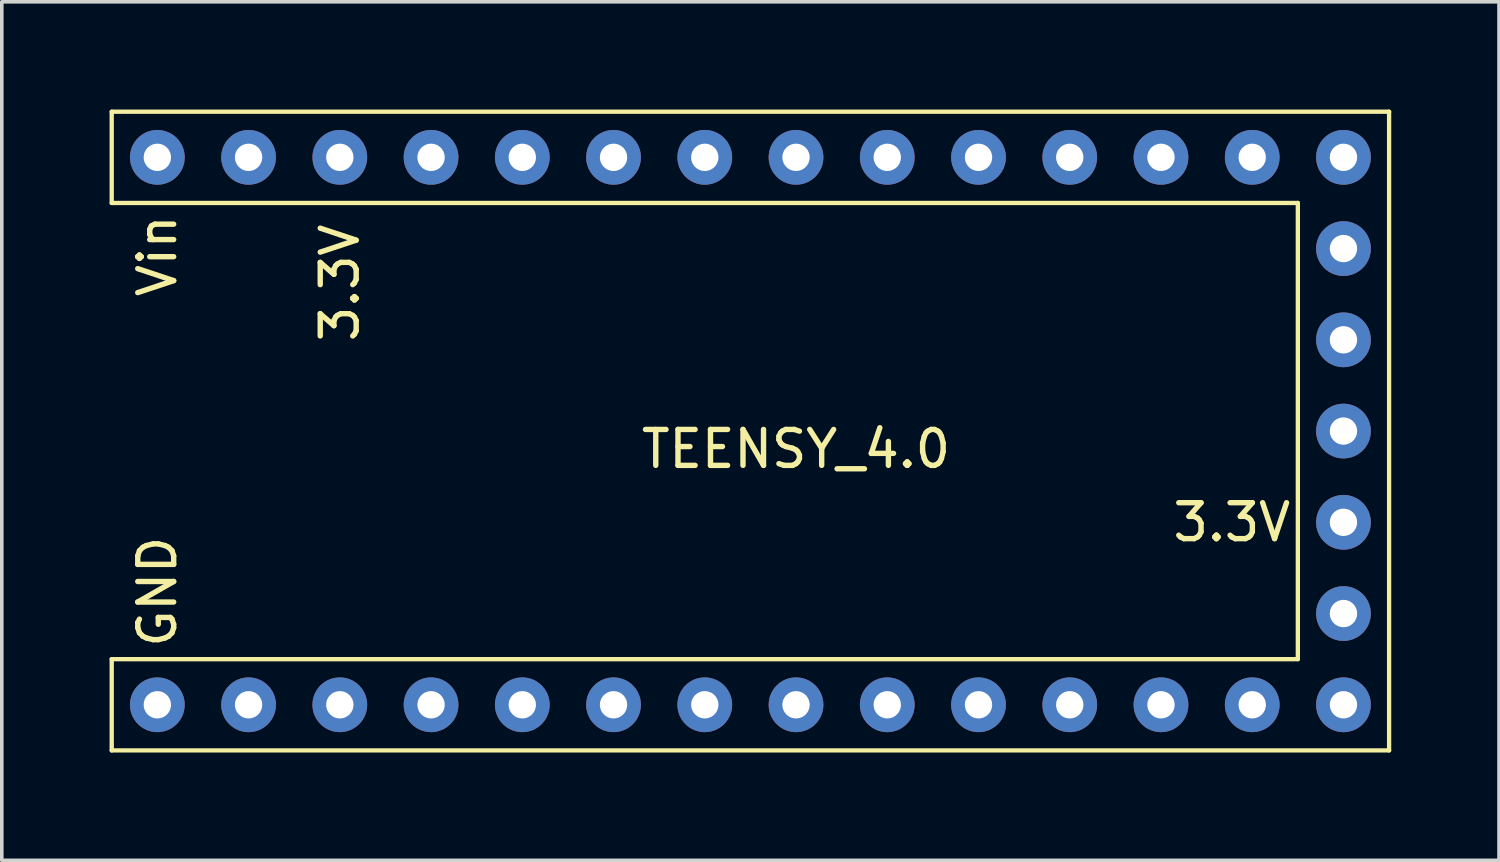
<source format=kicad_pcb>
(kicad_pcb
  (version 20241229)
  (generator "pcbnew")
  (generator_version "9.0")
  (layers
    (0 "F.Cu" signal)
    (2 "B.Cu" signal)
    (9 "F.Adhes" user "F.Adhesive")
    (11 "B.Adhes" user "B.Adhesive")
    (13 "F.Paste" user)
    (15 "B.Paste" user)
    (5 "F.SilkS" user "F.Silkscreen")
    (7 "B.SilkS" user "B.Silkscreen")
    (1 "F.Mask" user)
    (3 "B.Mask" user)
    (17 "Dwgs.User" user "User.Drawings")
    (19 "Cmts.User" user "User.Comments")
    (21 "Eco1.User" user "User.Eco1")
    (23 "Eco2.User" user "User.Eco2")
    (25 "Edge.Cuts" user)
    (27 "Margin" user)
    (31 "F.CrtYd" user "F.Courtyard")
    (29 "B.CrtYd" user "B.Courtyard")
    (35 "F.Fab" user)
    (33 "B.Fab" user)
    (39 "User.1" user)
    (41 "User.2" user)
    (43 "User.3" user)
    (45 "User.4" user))
  (footprint "TEENSY_4.0"
    (layer "F.Cu")
    (at 19.11 8.95)
    (property "Reference" "TEENSY_4.0" (at 0 0.5 0) (layer "F.SilkS") (effects (font (size 1 1) (thickness 0.15))))
    (attr through_hole)
    (fp_line (start -19.05 -8.89) (end -19.05 -6.35) (stroke (width 0.12) (type solid)) (layer "F.SilkS"))
    (fp_line (start -19.05 -8.89) (end 16.51 -8.89) (stroke (width 0.12) (type solid)) (layer "F.SilkS"))
    (fp_line (start -19.05 -6.35) (end 13.97 -6.35) (stroke (width 0.12) (type solid)) (layer "F.SilkS"))
    (fp_line (start -19.05 6.35) (end -19.05 8.89) (stroke (width 0.12) (type solid)) (layer "F.SilkS"))
    (fp_line (start 13.97 -6.35) (end 13.97 6.35) (stroke (width 0.12) (type solid)) (layer "F.SilkS"))
    (fp_line (start 13.97 6.35) (end -19.05 6.35) (stroke (width 0.12) (type solid)) (layer "F.SilkS"))
    (fp_line (start 16.51 -8.89) (end 16.51 8.89) (stroke (width 0.12) (type solid)) (layer "F.SilkS"))
    (fp_line (start 16.51 8.89) (end -19.05 8.89) (stroke (width 0.12) (type solid)) (layer "F.SilkS"))
    (fp_text user "Vin" (at -17.78 -6.096 90) (layer "F.SilkS") (effects (font (size 1 1) (thickness 0.15)) (justify right)))
    (fp_text user "3.3V" (at 10.414 2.54 0) (layer "F.SilkS") (effects (font (size 1 1) (thickness 0.15)) (justify left)))
    (fp_text user "3.3V" (at -12.7 -5.842 90) (layer "F.SilkS") (effects (font (size 1 1) (thickness 0.15)) (justify right)))
    (fp_text user "GND" (at -17.78 6.096 90) (layer "F.SilkS") (effects (font (size 1 1) (thickness 0.15)) (justify left)))
    (pad "1" thru_hole circle (at -17.78 7.62) (size 1.524 1.524) (drill 0.762) (layers "*.Cu" "*.Mask"))
    (pad "2" thru_hole circle (at -15.24 7.62) (size 1.524 1.524) (drill 0.762) (layers "*.Cu" "*.Mask"))
    (pad "3" thru_hole circle (at -12.7 7.62) (size 1.524 1.524) (drill 0.762) (layers "*.Cu" "*.Mask"))
    (pad "4" thru_hole circle (at -10.16 7.62) (size 1.524 1.524) (drill 0.762) (layers "*.Cu" "*.Mask"))
    (pad "5" thru_hole circle (at -7.62 7.62) (size 1.524 1.524) (drill 0.762) (layers "*.Cu" "*.Mask"))
    (pad "6" thru_hole circle (at -5.08 7.62) (size 1.524 1.524) (drill 0.762) (layers "*.Cu" "*.Mask"))
    (pad "7" thru_hole circle (at -2.54 7.62) (size 1.524 1.524) (drill 0.762) (layers "*.Cu" "*.Mask"))
    (pad "8" thru_hole circle (at 0 7.62) (size 1.524 1.524) (drill 0.762) (layers "*.Cu" "*.Mask"))
    (pad "9" thru_hole circle (at 2.54 7.62) (size 1.524 1.524) (drill 0.762) (layers "*.Cu" "*.Mask"))
    (pad "10" thru_hole circle (at 5.08 7.62) (size 1.524 1.524) (drill 0.762) (layers "*.Cu" "*.Mask"))
    (pad "11" thru_hole circle (at 7.62 7.62) (size 1.524 1.524) (drill 0.762) (layers "*.Cu" "*.Mask"))
    (pad "12" thru_hole circle (at 10.16 7.62) (size 1.524 1.524) (drill 0.762) (layers "*.Cu" "*.Mask"))
    (pad "13" thru_hole circle (at 12.7 7.62) (size 1.524 1.524) (drill 0.762) (layers "*.Cu" "*.Mask"))
    (pad "14" thru_hole circle (at 15.24 7.62) (size 1.524 1.524) (drill 0.762) (layers "*.Cu" "*.Mask"))
    (pad "15" thru_hole circle (at 15.24 5.08) (size 1.524 1.524) (drill 0.762) (layers "*.Cu" "*.Mask"))
    (pad "16" thru_hole circle (at 15.24 2.54) (size 1.524 1.524) (drill 0.762) (layers "*.Cu" "*.Mask"))
    (pad "17" thru_hole circle (at 15.24 0) (size 1.524 1.524) (drill 0.762) (layers "*.Cu" "*.Mask"))
    (pad "18" thru_hole circle (at 15.24 -2.54) (size 1.524 1.524) (drill 0.762) (layers "*.Cu" "*.Mask"))
    (pad "19" thru_hole circle (at 15.24 -5.08) (size 1.524 1.524) (drill 0.762) (layers "*.Cu" "*.Mask"))
    (pad "20" thru_hole circle (at 15.24 -7.62) (size 1.524 1.524) (drill 0.762) (layers "*.Cu" "*.Mask"))
    (pad "21" thru_hole circle (at 12.7 -7.62) (size 1.524 1.524) (drill 0.762) (layers "*.Cu" "*.Mask"))
    (pad "22" thru_hole circle (at 10.16 -7.62) (size 1.524 1.524) (drill 0.762) (layers "*.Cu" "*.Mask"))
    (pad "23" thru_hole circle (at 7.62 -7.62) (size 1.524 1.524) (drill 0.762) (layers "*.Cu" "*.Mask"))
    (pad "24" thru_hole circle (at 5.08 -7.62) (size 1.524 1.524) (drill 0.762) (layers "*.Cu" "*.Mask"))
    (pad "25" thru_hole circle (at 2.54 -7.62) (size 1.524 1.524) (drill 0.762) (layers "*.Cu" "*.Mask"))
    (pad "26" thru_hole circle (at 0 -7.62) (size 1.524 1.524) (drill 0.762) (layers "*.Cu" "*.Mask"))
    (pad "27" thru_hole circle (at -2.54 -7.62) (size 1.524 1.524) (drill 0.762) (layers "*.Cu" "*.Mask"))
    (pad "28" thru_hole circle (at -5.08 -7.62) (size 1.524 1.524) (drill 0.762) (layers "*.Cu" "*.Mask"))
    (pad "29" thru_hole circle (at -7.62 -7.62) (size 1.524 1.524) (drill 0.762) (layers "*.Cu" "*.Mask"))
    (pad "30" thru_hole circle (at -10.16 -7.62) (size 1.524 1.524) (drill 0.762) (layers "*.Cu" "*.Mask"))
    (pad "31" thru_hole circle (at -12.7 -7.62) (size 1.524 1.524) (drill 0.762) (layers "*.Cu" "*.Mask"))
    (pad "32" thru_hole circle (at -15.24 -7.62) (size 1.524 1.524) (drill 0.762) (layers "*.Cu" "*.Mask"))
    (pad "33" thru_hole circle (at -17.78 -7.62) (size 1.524 1.524) (drill 0.762) (layers "*.Cu" "*.Mask")))
  (gr_rect
    (start -3 -3)
    (end 38.68 20.9)
    (stroke (width 0.1) (type default))
    (fill no)
    (layer "Edge.Cuts")))
</source>
